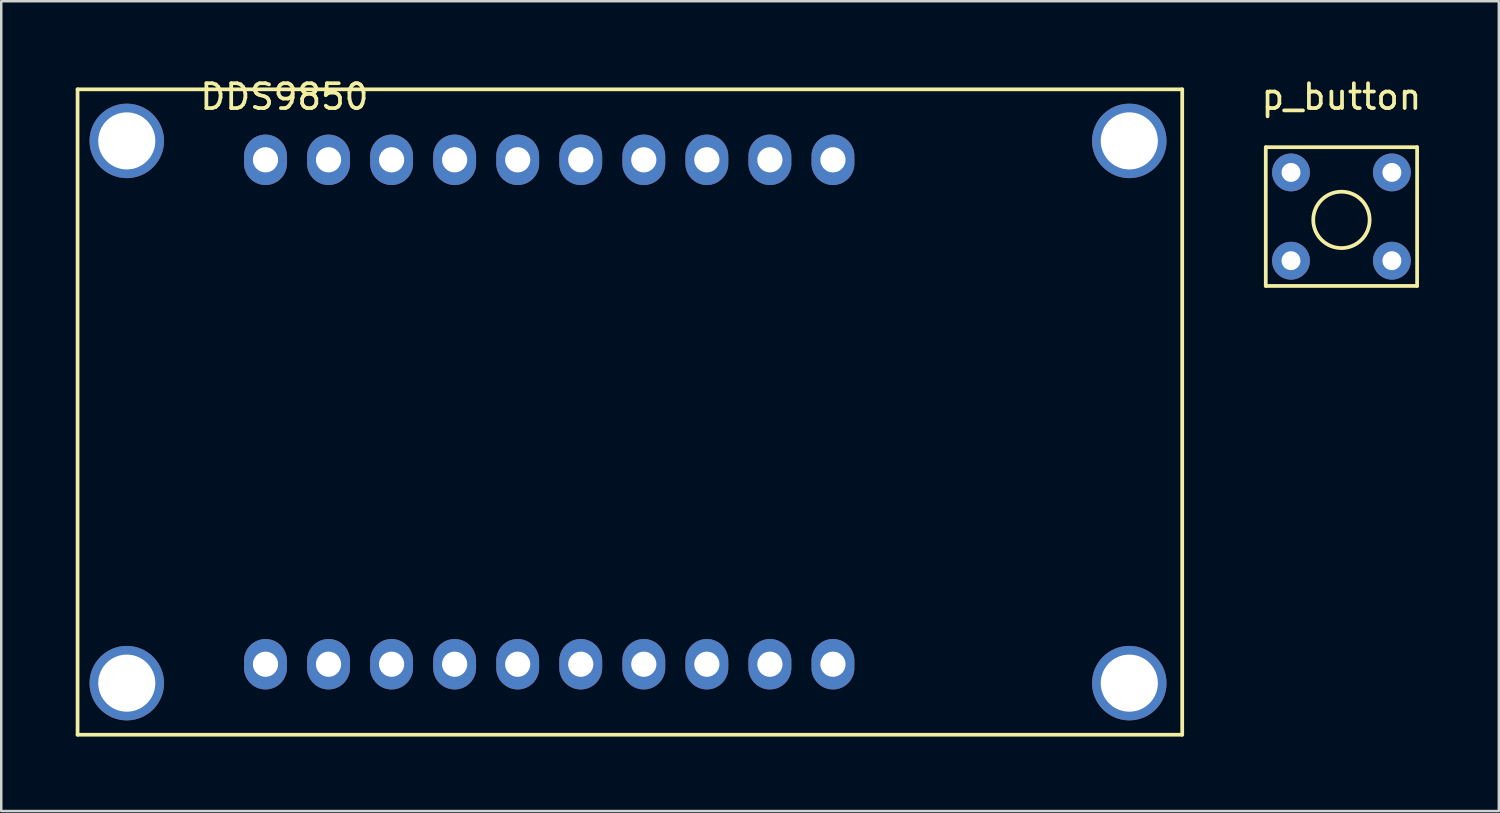
<source format=kicad_pcb>
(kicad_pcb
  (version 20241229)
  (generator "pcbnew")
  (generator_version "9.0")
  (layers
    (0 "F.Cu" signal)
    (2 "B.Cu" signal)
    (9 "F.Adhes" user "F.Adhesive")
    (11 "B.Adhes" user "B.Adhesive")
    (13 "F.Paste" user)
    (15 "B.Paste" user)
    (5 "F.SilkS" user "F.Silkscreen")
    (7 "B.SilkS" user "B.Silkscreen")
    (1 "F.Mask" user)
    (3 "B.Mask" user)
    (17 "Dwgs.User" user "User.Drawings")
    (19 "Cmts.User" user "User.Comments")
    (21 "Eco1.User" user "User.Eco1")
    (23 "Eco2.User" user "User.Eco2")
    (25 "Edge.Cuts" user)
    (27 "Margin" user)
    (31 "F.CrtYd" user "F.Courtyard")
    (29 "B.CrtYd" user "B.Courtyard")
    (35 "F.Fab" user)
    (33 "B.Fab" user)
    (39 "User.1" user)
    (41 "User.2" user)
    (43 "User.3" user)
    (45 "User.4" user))
  (footprint "DDS9850"
    (layer "F.Cu")
    (at 19.075 13.548)
    (property "Reference" "DDS9850" (at -10.668 -12.7 0) (layer "F.SilkS") (effects (font (size 1 1) (thickness 0.15))))
    (attr through_hole)
    (fp_line (start -19 -13) (end -19 13) (stroke (width 0.15) (type solid)) (layer "F.SilkS"))
    (fp_line (start -19 13) (end 25.5 13) (stroke (width 0.15) (type solid)) (layer "F.SilkS"))
    (fp_line (start 25.5 -13) (end -19 -13) (stroke (width 0.15) (type solid)) (layer "F.SilkS"))
    (fp_line (start 25.5 13) (end 25.5 -13) (stroke (width 0.15) (type solid)) (layer "F.SilkS"))
    (pad "" thru_hole circle (at -17.018 -10.922) (size 3 3) (drill 2.3) (layers "*.Cu" "*.Mask"))
    (pad "" thru_hole circle (at -17.018 10.922) (size 3 3) (drill 2.3) (layers "*.Cu" "*.Mask"))
    (pad "" thru_hole circle (at 23.368 -10.922) (size 3 3) (drill 2.3) (layers "*.Cu" "*.Mask"))
    (pad "" thru_hole circle (at 23.368 10.922) (size 3 3) (drill 2.3) (layers "*.Cu" "*.Mask"))
    (pad "1" thru_hole oval (at 11.43 -10.16 90) (size 2.032 1.727) (drill 1.016) (layers "*.Cu" "*.Mask"))
    (pad "2" thru_hole oval (at 8.89 -10.16 90) (size 2.032 1.727) (drill 1.016) (layers "*.Cu" "*.Mask"))
    (pad "3" thru_hole oval (at 6.35 -10.16 90) (size 2.032 1.727) (drill 1.016) (layers "*.Cu" "*.Mask"))
    (pad "4" thru_hole oval (at 3.81 -10.16 90) (size 2.032 1.727) (drill 1.016) (layers "*.Cu" "*.Mask"))
    (pad "5" thru_hole oval (at 1.27 -10.16 90) (size 2.032 1.727) (drill 1.016) (layers "*.Cu" "*.Mask"))
    (pad "6" thru_hole oval (at -1.27 -10.16 90) (size 2.032 1.727) (drill 1.016) (layers "*.Cu" "*.Mask"))
    (pad "7" thru_hole oval (at -3.81 -10.16 90) (size 2.032 1.727) (drill 1.016) (layers "*.Cu" "*.Mask"))
    (pad "8" thru_hole oval (at -6.35 -10.16 90) (size 2.032 1.727) (drill 1.016) (layers "*.Cu" "*.Mask"))
    (pad "9" thru_hole oval (at -8.89 -10.16 90) (size 2.032 1.727) (drill 1.016) (layers "*.Cu" "*.Mask"))
    (pad "10" thru_hole oval (at -11.43 -10.16 90) (size 2.032 1.727) (drill 1.016) (layers "*.Cu" "*.Mask"))
    (pad "11" thru_hole oval (at 11.43 10.16 90) (size 2.032 1.727) (drill 1.016) (layers "*.Cu" "*.Mask"))
    (pad "12" thru_hole oval (at 8.89 10.16 90) (size 2.032 1.727) (drill 1.016) (layers "*.Cu" "*.Mask"))
    (pad "13" thru_hole oval (at 6.35 10.16 90) (size 2.032 1.727) (drill 1.016) (layers "*.Cu" "*.Mask"))
    (pad "14" thru_hole oval (at 3.81 10.16 90) (size 2.032 1.727) (drill 1.016) (layers "*.Cu" "*.Mask"))
    (pad "15" thru_hole oval (at 1.27 10.16 90) (size 2.032 1.727) (drill 1.016) (layers "*.Cu" "*.Mask"))
    (pad "16" thru_hole oval (at -1.27 10.16 90) (size 2.032 1.727) (drill 1.016) (layers "*.Cu" "*.Mask"))
    (pad "17" thru_hole oval (at -3.81 10.16 90) (size 2.032 1.727) (drill 1.016) (layers "*.Cu" "*.Mask"))
    (pad "18" thru_hole oval (at -6.35 10.16 90) (size 2.032 1.727) (drill 1.016) (layers "*.Cu" "*.Mask"))
    (pad "19" thru_hole oval (at -8.89 10.16 90) (size 2.032 1.727) (drill 1.016) (layers "*.Cu" "*.Mask"))
    (pad "20" thru_hole oval (at -11.43 10.16 90) (size 2.032 1.727) (drill 1.016) (layers "*.Cu" "*.Mask")))
  (footprint "p_button"
    (layer "F.Cu")
    (at 50.989 5.928)
    (property "Reference" "p_button" (at 0 -5.08 0) (layer "F.SilkS") (effects (font (size 1 1) (thickness 0.15))))
    (attr through_hole)
    (fp_line (start -3.048 -3.048) (end 3.048 -3.048) (stroke (width 0.15) (type solid)) (layer "F.SilkS"))
    (fp_line (start -3.048 2.54) (end -3.048 -3.048) (stroke (width 0.15) (type solid)) (layer "F.SilkS"))
    (fp_line (start 3.048 -3.048) (end 3.048 2.54) (stroke (width 0.15) (type solid)) (layer "F.SilkS"))
    (fp_line (start 3.048 2.54) (end -3.048 2.54) (stroke (width 0.15) (type solid)) (layer "F.SilkS"))
    (fp_circle (center 0 -0.12) (end 1.016 0.388) (stroke (width 0.15) (type solid)) (fill no) (layer "F.SilkS"))
    (pad "1" thru_hole circle (at 2.032 -2.032) (size 1.524 1.524) (drill 0.762) (layers "*.Cu" "*.Mask"))
    (pad "2" thru_hole circle (at -2.032 -2.032) (size 1.524 1.524) (drill 0.762) (layers "*.Cu" "*.Mask"))
    (pad "3" thru_hole circle (at -2.032 1.524) (size 1.524 1.524) (drill 0.762) (layers "*.Cu" "*.Mask"))
    (pad "4" thru_hole circle (at 2.032 1.524) (size 1.524 1.524) (drill 0.762) (layers "*.Cu" "*.Mask")))
  (gr_rect
    (start -3 -3)
    (end 57.329 29.623)
    (stroke (width 0.1) (type default))
    (fill no)
    (layer "Edge.Cuts")))
</source>
